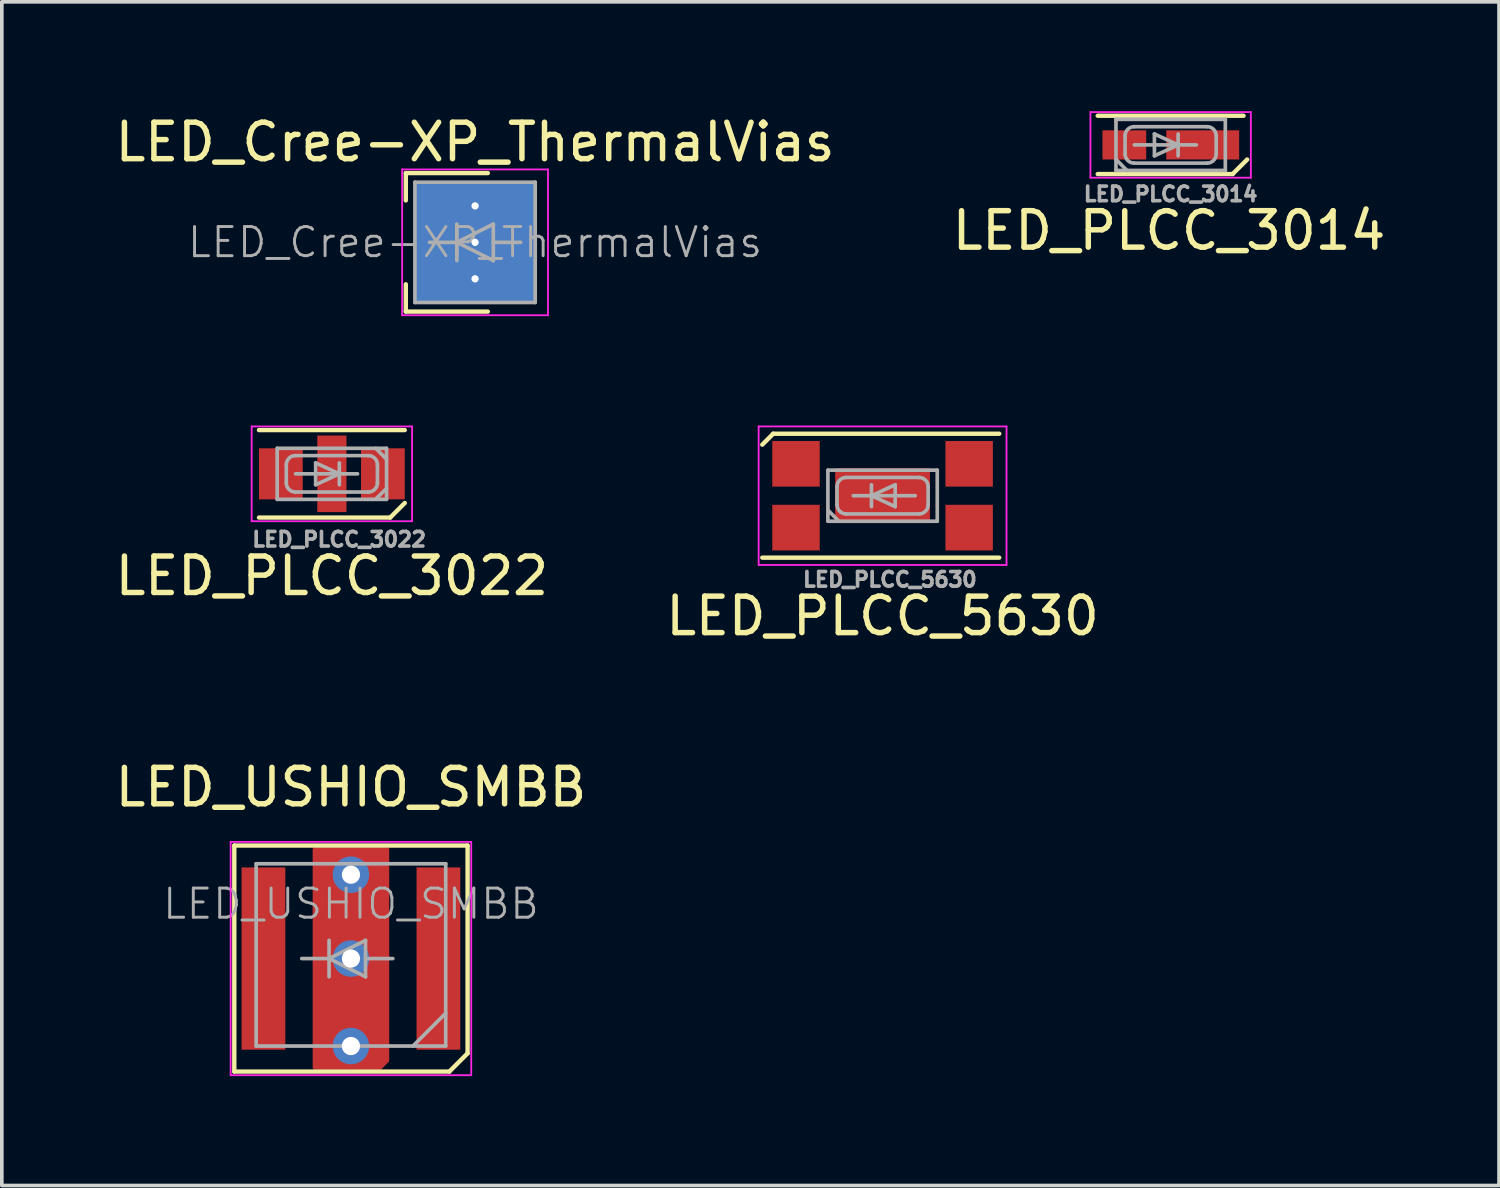
<source format=kicad_pcb>
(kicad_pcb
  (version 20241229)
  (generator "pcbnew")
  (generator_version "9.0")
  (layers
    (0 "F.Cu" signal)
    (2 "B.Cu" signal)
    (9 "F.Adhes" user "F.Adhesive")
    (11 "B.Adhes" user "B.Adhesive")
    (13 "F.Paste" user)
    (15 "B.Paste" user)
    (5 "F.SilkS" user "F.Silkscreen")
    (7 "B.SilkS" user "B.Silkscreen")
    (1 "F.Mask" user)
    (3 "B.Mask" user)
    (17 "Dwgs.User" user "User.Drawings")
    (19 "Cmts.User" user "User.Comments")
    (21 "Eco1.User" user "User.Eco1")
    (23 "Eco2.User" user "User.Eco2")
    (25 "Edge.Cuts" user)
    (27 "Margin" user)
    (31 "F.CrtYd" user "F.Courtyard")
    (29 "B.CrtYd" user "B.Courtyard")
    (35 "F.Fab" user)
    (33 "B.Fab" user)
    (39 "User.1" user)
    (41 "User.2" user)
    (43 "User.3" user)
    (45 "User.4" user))
  (footprint "LED_USHIO_SMBB"
    (layer "F.Cu")
    (at 6.577 23.245)
    (property "Reference" "LED_USHIO_SMBB" (at 0 -4.7 0) (layer "F.SilkS") (effects (font (size 1 1) (thickness 0.15))))
    (attr smd)
    (fp_line (start -3.2 3.1) (end -3.2 -3.1) (stroke (width 0.12) (type solid)) (layer "F.SilkS"))
    (fp_line (start 2.7 3.1) (end -3.2 3.1) (stroke (width 0.12) (type solid)) (layer "F.SilkS"))
    (fp_line (start 3.2 -3.1) (end -3.2 -3.1) (stroke (width 0.12) (type solid)) (layer "F.SilkS"))
    (fp_line (start 3.2 -3.1) (end 3.2 2.6) (stroke (width 0.12) (type solid)) (layer "F.SilkS"))
    (fp_line (start 3.2 2.6) (end 2.7 3.1) (stroke (width 0.12) (type solid)) (layer "F.SilkS"))
    (fp_line (start -3.3 -3.2) (end 3.3 -3.2) (stroke (width 0.05) (type solid)) (layer "F.CrtYd"))
    (fp_line (start -3.3 3.2) (end -3.3 -3.2) (stroke (width 0.05) (type solid)) (layer "F.CrtYd"))
    (fp_line (start 3.3 -3.2) (end 3.3 3.2) (stroke (width 0.05) (type solid)) (layer "F.CrtYd"))
    (fp_line (start 3.3 3.2) (end -3.3 3.2) (stroke (width 0.05) (type solid)) (layer "F.CrtYd"))
    (fp_line (start -2.6 -2.6) (end 2.6 -2.6) (stroke (width 0.1) (type solid)) (layer "F.Fab"))
    (fp_line (start -2.6 2.4) (end -2.6 -2.6) (stroke (width 0.1) (type solid)) (layer "F.Fab"))
    (fp_line (start -1.35 0) (end -0.6 0) (stroke (width 0.1) (type solid)) (layer "F.Fab"))
    (fp_line (start -0.6 -0.5) (end -0.6 0.5) (stroke (width 0.1) (type solid)) (layer "F.Fab"))
    (fp_line (start -0.6 0) (end 0.4 -0.5) (stroke (width 0.1) (type solid)) (layer "F.Fab"))
    (fp_line (start 0.4 -0.5) (end 0.4 0.5) (stroke (width 0.1) (type solid)) (layer "F.Fab"))
    (fp_line (start 0.4 0.5) (end -0.6 0) (stroke (width 0.1) (type solid)) (layer "F.Fab"))
    (fp_line (start 1.15 0) (end 0.4 0) (stroke (width 0.1) (type solid)) (layer "F.Fab"))
    (fp_line (start 2.6 -2.6) (end 2.6 2.4) (stroke (width 0.1) (type solid)) (layer "F.Fab"))
    (fp_line (start 2.6 1.5) (end 1.7 2.4) (stroke (width 0.1) (type solid)) (layer "F.Fab"))
    (fp_line (start 2.6 2.4) (end -2.6 2.4) (stroke (width 0.1) (type solid)) (layer "F.Fab"))
    (fp_text user "${REFERENCE}" (at 0 -1.5 0) (layer "F.Fab") (effects (font (size 0.8 0.8) (thickness 0.08))))
    (pad "1" smd rect (at -2.4 0) (size 1.2 5) (layers "F.Cu" "F.Mask" "F.Paste"))
    (pad "2" smd rect (at 2.4 0) (size 1.2 5) (layers "F.Cu" "F.Mask" "F.Paste"))
    (pad "3" thru_hole circle (at 0 -2.3) (size 1 1) (drill 0.5) (layers "*.Cu"))
    (pad "3" thru_hole circle (at 0 0) (size 1 1) (drill 0.5) (layers "*.Cu"))
    (pad "3" smd custom (at 0 0) (size 2 5) (layers "F.Cu" "F.Mask" "F.Paste") (options (anchor rect)) (primitives (gr_poly (pts (xy -1 -3) (xy 1 -3) (xy 1 2.8) (xy 0.8 3) (xy -1 3)) (width 0.1) (fill yes))))
    (pad "3" thru_hole circle (at 0 2.4) (size 1 1) (drill 0.5) (layers "*.Cu")))
  (footprint "LED_PLCC_5630"
    (layer "F.Cu")
    (at 21.161 10.548)
    (property "Reference" "LED_PLCC_5630" (at 0 3.3 0) (layer "F.SilkS") (effects (font (size 1 1) (thickness 0.15))))
    (attr smd)
    (fp_line (start -3.3 1.7) (end 3.2 1.7) (stroke (width 0.12) (type solid)) (layer "F.SilkS"))
    (fp_line (start -3 -1.7) (end -3.3 -1.4) (stroke (width 0.12) (type solid)) (layer "F.SilkS"))
    (fp_line (start -3 -1.7) (end 3.2 -1.7) (stroke (width 0.12) (type solid)) (layer "F.SilkS"))
    (fp_line (start -3.4 -1.9) (end 3.4 -1.9) (stroke (width 0.05) (type solid)) (layer "F.CrtYd"))
    (fp_line (start -3.4 1.9) (end -3.4 -1.9) (stroke (width 0.05) (type solid)) (layer "F.CrtYd"))
    (fp_line (start 3.4 -1.9) (end 3.4 1.9) (stroke (width 0.05) (type solid)) (layer "F.CrtYd"))
    (fp_line (start 3.4 1.9) (end -3.4 1.9) (stroke (width 0.05) (type solid)) (layer "F.CrtYd"))
    (fp_line (start -1.5 -0.7) (end 1.5 -0.7) (stroke (width 0.1) (type solid)) (layer "F.Fab"))
    (fp_line (start -1.5 0.7) (end -1.5 -0.7) (stroke (width 0.1) (type solid)) (layer "F.Fab"))
    (fp_line (start -1.5 0.7) (end 1.5 0.7) (stroke (width 0.1) (type solid)) (layer "F.Fab"))
    (fp_line (start -1.495 0.4) (end -1.2 0.7) (stroke (width 0.1) (type solid)) (layer "F.Fab"))
    (fp_line (start -1.25 -0.25) (end -1.25 0.25) (stroke (width 0.1) (type solid)) (layer "F.Fab"))
    (fp_line (start -1 -0.5) (end 1 -0.5) (stroke (width 0.1) (type solid)) (layer "F.Fab"))
    (fp_line (start -0.305 0) (end 0.345 -0.3) (stroke (width 0.1) (type solid)) (layer "F.Fab"))
    (fp_line (start -0.305 0.3) (end -0.305 -0.3) (stroke (width 0.1) (type solid)) (layer "F.Fab"))
    (fp_line (start 0.345 -0.3) (end 0.345 0.3) (stroke (width 0.1) (type solid)) (layer "F.Fab"))
    (fp_line (start 0.345 0.3) (end -0.305 0) (stroke (width 0.1) (type solid)) (layer "F.Fab"))
    (fp_line (start 0.895 0) (end -0.805 0) (stroke (width 0.1) (type solid)) (layer "F.Fab"))
    (fp_line (start 1 0.5) (end -1 0.5) (stroke (width 0.1) (type solid)) (layer "F.Fab"))
    (fp_line (start 1.25 -0.25) (end 1.25 0.25) (stroke (width 0.1) (type solid)) (layer "F.Fab"))
    (fp_line (start 1.5 -0.7) (end 1.5 0.7) (stroke (width 0.1) (type solid)) (layer "F.Fab"))
    (fp_arc (start -1.25 -0.25) (mid -1.176777 -0.426777) (end -1 -0.5) (stroke (width 0.1) (type solid)) (layer "F.Fab"))
    (fp_arc (start -1 0.5) (mid -1.176777 0.426777) (end -1.25 0.25) (stroke (width 0.1) (type solid)) (layer "F.Fab"))
    (fp_arc (start 1 -0.5) (mid 1.176777 -0.426777) (end 1.25 -0.25) (stroke (width 0.1) (type solid)) (layer "F.Fab"))
    (fp_arc (start 1.25 0.25) (mid 1.176777 0.426777) (end 1 0.5) (stroke (width 0.1) (type solid)) (layer "F.Fab"))
    (fp_text user "${REFERENCE}" (at 0.2 2.3 0) (layer "F.Fab") (effects (font (size 0.4 0.4) (thickness 0.1))))
    (pad "1" smd rect (at -2.375 0.875) (size 1.3 1.25) (layers "F.Cu" "F.Mask" "F.Paste"))
    (pad "2" smd rect (at 2.375 0.875) (size 1.3 1.25) (layers "F.Cu" "F.Mask" "F.Paste"))
    (pad "3" smd rect (at 2.375 -0.875) (size 1.3 1.25) (layers "F.Cu" "F.Mask" "F.Paste"))
    (pad "4" smd rect (at -2.375 -0.875) (size 1.3 1.25) (layers "F.Cu" "F.Mask" "F.Paste"))
    (pad "5" smd rect (at 0 0) (size 2.6 1.5) (layers "F.Cu" "F.Mask" "F.Paste")))
  (footprint "LED_PLCC_3014"
    (layer "F.Cu")
    (at 29.063 0.925)
    (property "Reference" "LED_PLCC_3014" (at -0.045 2.35 0) (layer "F.SilkS") (effects (font (size 1 1) (thickness 0.15))))
    (attr smd)
    (fp_line (start -2 -0.8) (end 2 -0.8) (stroke (width 0.12) (type solid)) (layer "F.SilkS"))
    (fp_line (start -2 0.8) (end 1.7 0.8) (stroke (width 0.12) (type solid)) (layer "F.SilkS"))
    (fp_line (start 1.7 0.8) (end 2.1 0.4) (stroke (width 0.12) (type solid)) (layer "F.SilkS"))
    (fp_line (start -2.2 -0.9) (end 2.2 -0.9) (stroke (width 0.05) (type solid)) (layer "F.CrtYd"))
    (fp_line (start -2.2 0.9) (end -2.2 -0.9) (stroke (width 0.05) (type solid)) (layer "F.CrtYd"))
    (fp_line (start 2.2 -0.9) (end 2.2 0.9) (stroke (width 0.05) (type solid)) (layer "F.CrtYd"))
    (fp_line (start 2.2 0.9) (end -2.2 0.9) (stroke (width 0.05) (type solid)) (layer "F.CrtYd"))
    (fp_line (start -1.5 -0.7) (end 1.5 -0.7) (stroke (width 0.1) (type solid)) (layer "F.Fab"))
    (fp_line (start -1.5 0.7) (end -1.5 -0.7) (stroke (width 0.1) (type solid)) (layer "F.Fab"))
    (fp_line (start -1.5 0.7) (end 1.5 0.7) (stroke (width 0.1) (type solid)) (layer "F.Fab"))
    (fp_line (start -1.495 0.4) (end -1.2 0.7) (stroke (width 0.1) (type solid)) (layer "F.Fab"))
    (fp_line (start -1.25 -0.25) (end -1.25 0.25) (stroke (width 0.1) (type solid)) (layer "F.Fab"))
    (fp_line (start -1 -0.5) (end 1 -0.5) (stroke (width 0.1) (type solid)) (layer "F.Fab"))
    (fp_line (start -0.995 0) (end 0.705 0) (stroke (width 0.1) (type solid)) (layer "F.Fab"))
    (fp_line (start -0.445 -0.3) (end 0.205 0) (stroke (width 0.1) (type solid)) (layer "F.Fab"))
    (fp_line (start -0.445 0.3) (end -0.445 -0.3) (stroke (width 0.1) (type solid)) (layer "F.Fab"))
    (fp_line (start 0.205 -0.3) (end 0.205 0.3) (stroke (width 0.1) (type solid)) (layer "F.Fab"))
    (fp_line (start 0.205 0) (end -0.445 0.3) (stroke (width 0.1) (type solid)) (layer "F.Fab"))
    (fp_line (start 1 0.5) (end -1 0.5) (stroke (width 0.1) (type solid)) (layer "F.Fab"))
    (fp_line (start 1.25 -0.25) (end 1.25 0.25) (stroke (width 0.1) (type solid)) (layer "F.Fab"))
    (fp_line (start 1.5 -0.7) (end 1.5 0.7) (stroke (width 0.1) (type solid)) (layer "F.Fab"))
    (fp_arc (start -1.25 -0.25) (mid -1.176777 -0.426777) (end -1 -0.5) (stroke (width 0.1) (type solid)) (layer "F.Fab"))
    (fp_arc (start -1 0.5) (mid -1.176777 0.426777) (end -1.25 0.25) (stroke (width 0.1) (type solid)) (layer "F.Fab"))
    (fp_arc (start 1 -0.5) (mid 1.176777 -0.426777) (end 1.25 -0.25) (stroke (width 0.1) (type solid)) (layer "F.Fab"))
    (fp_arc (start 1.25 0.25) (mid 1.176777 0.426777) (end 1 0.5) (stroke (width 0.1) (type solid)) (layer "F.Fab"))
    (fp_text user "${REFERENCE}" (at 0 1.35 0) (layer "F.Fab") (effects (font (size 0.4 0.4) (thickness 0.1))))
    (pad "1" smd rect (at 0.88 0) (size 2 0.8) (layers "F.Cu" "F.Mask" "F.Paste"))
    (pad "2" smd rect (at -1.27 0) (size 1.2 0.8) (layers "F.Cu" "F.Mask" "F.Paste")))
  (footprint "LED_PLCC_3022"
    (layer "F.Cu")
    (at 6.054 9.948)
    (property "Reference" "LED_PLCC_3022" (at 0 2.8 0) (layer "F.SilkS") (effects (font (size 1 1) (thickness 0.15))))
    (attr smd)
    (fp_line (start -2 -1.2) (end 2 -1.2) (stroke (width 0.12) (type solid)) (layer "F.SilkS"))
    (fp_line (start -2 1.2) (end 1.6 1.2) (stroke (width 0.12) (type solid)) (layer "F.SilkS"))
    (fp_line (start 1.6 1.2) (end 2 0.8) (stroke (width 0.12) (type solid)) (layer "F.SilkS"))
    (fp_line (start -2.2 -1.3) (end 2.2 -1.3) (stroke (width 0.05) (type solid)) (layer "F.CrtYd"))
    (fp_line (start -2.2 1.3) (end -2.2 -1.3) (stroke (width 0.05) (type solid)) (layer "F.CrtYd"))
    (fp_line (start 2.2 -1.3) (end 2.2 1.3) (stroke (width 0.05) (type solid)) (layer "F.CrtYd"))
    (fp_line (start 2.2 1.3) (end -2.2 1.3) (stroke (width 0.05) (type solid)) (layer "F.CrtYd"))
    (fp_line (start -1.5 -0.7) (end 1.5 -0.7) (stroke (width 0.1) (type solid)) (layer "F.Fab"))
    (fp_line (start -1.5 0.7) (end -1.5 -0.7) (stroke (width 0.1) (type solid)) (layer "F.Fab"))
    (fp_line (start -1.5 0.7) (end 1.5 0.7) (stroke (width 0.1) (type solid)) (layer "F.Fab"))
    (fp_line (start -1.25 -0.25) (end -1.25 0.25) (stroke (width 0.1) (type solid)) (layer "F.Fab"))
    (fp_line (start -1 -0.5) (end 1 -0.5) (stroke (width 0.1) (type solid)) (layer "F.Fab"))
    (fp_line (start -0.995 0) (end 0.705 0) (stroke (width 0.1) (type solid)) (layer "F.Fab"))
    (fp_line (start -0.445 -0.3) (end 0.205 0) (stroke (width 0.1) (type solid)) (layer "F.Fab"))
    (fp_line (start -0.445 0.3) (end -0.445 -0.3) (stroke (width 0.1) (type solid)) (layer "F.Fab"))
    (fp_line (start 0.205 -0.3) (end 0.205 0.3) (stroke (width 0.1) (type solid)) (layer "F.Fab"))
    (fp_line (start 0.205 0) (end -0.445 0.3) (stroke (width 0.1) (type solid)) (layer "F.Fab"))
    (fp_line (start 1 0.5) (end -1 0.5) (stroke (width 0.1) (type solid)) (layer "F.Fab"))
    (fp_line (start 1.2 0.695) (end 1.5 0.4) (stroke (width 0.1) (type solid)) (layer "F.Fab"))
    (fp_line (start 1.205 -0.7) (end 1.5 -0.4) (stroke (width 0.1) (type solid)) (layer "F.Fab"))
    (fp_line (start 1.25 -0.25) (end 1.25 0.25) (stroke (width 0.1) (type solid)) (layer "F.Fab"))
    (fp_line (start 1.5 -0.7) (end 1.5 0.7) (stroke (width 0.1) (type solid)) (layer "F.Fab"))
    (fp_arc (start -1.25 -0.25) (mid -1.176777 -0.426777) (end -1 -0.5) (stroke (width 0.1) (type solid)) (layer "F.Fab"))
    (fp_arc (start -1 0.5) (mid -1.176777 0.426777) (end -1.25 0.25) (stroke (width 0.1) (type solid)) (layer "F.Fab"))
    (fp_arc (start 1 -0.5) (mid 1.176777 -0.426777) (end 1.25 -0.25) (stroke (width 0.1) (type solid)) (layer "F.Fab"))
    (fp_arc (start 1.25 0.25) (mid 1.176777 0.426777) (end 1 0.5) (stroke (width 0.1) (type solid)) (layer "F.Fab"))
    (fp_text user "${REFERENCE}" (at 0.2 1.8 0) (layer "F.Fab") (effects (font (size 0.4 0.4) (thickness 0.1))))
    (pad "1" smd rect (at 1.4 0) (size 1.2 1.4) (layers "F.Cu" "F.Mask" "F.Paste"))
    (pad "2" smd rect (at -1.4 0) (size 1.2 1.4) (layers "F.Cu" "F.Mask" "F.Paste"))
    (pad "3" smd rect (at 0 0) (size 0.8 2.1) (layers "F.Cu" "F.Mask" "F.Paste")))
  (footprint "LED_Cree-XP_ThermalVias"
    (layer "F.Cu")
    (at 9.982 3.598)
    (property "Reference" "LED_Cree-XP_ThermalVias" (at 0 -2.75 0) (layer "F.SilkS") (effects (font (size 1 1) (thickness 0.15))))
    (attr smd)
    (fp_line (start -1.9 -1.9) (end -1.9 -1.15) (stroke (width 0.12) (type solid)) (layer "F.SilkS"))
    (fp_line (start -1.9 1.9) (end -1.9 1.15) (stroke (width 0.12) (type solid)) (layer "F.SilkS"))
    (fp_line (start 0.35 -1.9) (end -1.9 -1.9) (stroke (width 0.12) (type solid)) (layer "F.SilkS"))
    (fp_line (start 0.35 1.9) (end -1.9 1.9) (stroke (width 0.12) (type solid)) (layer "F.SilkS"))
    (fp_line (start -2 -2) (end 2 -2) (stroke (width 0.05) (type solid)) (layer "F.CrtYd"))
    (fp_line (start -2 2) (end -2 -2) (stroke (width 0.05) (type solid)) (layer "F.CrtYd"))
    (fp_line (start 2 -2) (end 2 2) (stroke (width 0.05) (type solid)) (layer "F.CrtYd"))
    (fp_line (start 2 2) (end -2 2) (stroke (width 0.05) (type solid)) (layer "F.CrtYd"))
    (fp_line (start -1.65 -1.65) (end 1.65 -1.65) (stroke (width 0.1) (type solid)) (layer "F.Fab"))
    (fp_line (start -1.65 1.65) (end -1.65 -1.65) (stroke (width 0.1) (type solid)) (layer "F.Fab"))
    (fp_line (start -1.25 0) (end -0.5 0) (stroke (width 0.1) (type solid)) (layer "F.Fab"))
    (fp_line (start -0.5 -0.5) (end -0.5 0.5) (stroke (width 0.1) (type solid)) (layer "F.Fab"))
    (fp_line (start -0.5 0) (end 0.5 -0.5) (stroke (width 0.1) (type solid)) (layer "F.Fab"))
    (fp_line (start 0.5 -0.5) (end 0.5 0.5) (stroke (width 0.1) (type solid)) (layer "F.Fab"))
    (fp_line (start 0.5 0.5) (end -0.5 0) (stroke (width 0.1) (type solid)) (layer "F.Fab"))
    (fp_line (start 1.25 0) (end 0.5 0) (stroke (width 0.1) (type solid)) (layer "F.Fab"))
    (fp_line (start 1.65 -1.65) (end 1.65 1.65) (stroke (width 0.1) (type solid)) (layer "F.Fab"))
    (fp_line (start 1.65 1.65) (end -1.65 1.65) (stroke (width 0.1) (type solid)) (layer "F.Fab"))
    (fp_text user "${REFERENCE}" (at 0 0 0) (layer "F.Fab") (effects (font (size 0.8 0.8) (thickness 0.08))))
    (pad "" smd rect (at 0 -1) (size 1.01 0.75) (layers "F.Paste"))
    (pad "" smd rect (at 0 0) (size 1.01 0.75) (layers "F.Paste"))
    (pad "" smd rect (at 0 1) (size 1.01 0.75) (layers "F.Paste"))
    (pad "1" smd rect (at -1.4 0) (size 0.5 3.3) (layers "F.Cu" "F.Mask" "F.Paste"))
    (pad "2" smd rect (at 1.4 0) (size 0.5 3.3) (layers "F.Cu" "F.Mask" "F.Paste"))
    (pad "3" thru_hole circle (at 0 -1 90) (size 0.7 0.7) (drill 0.2) (layers "*.Cu"))
    (pad "3" thru_hole circle (at 0 0 90) (size 0.7 0.7) (drill 0.2) (layers "*.Cu"))
    (pad "3" smd rect (at 0 0) (size 1.3 3.3) (layers "F.Cu" "F.Mask"))
    (pad "3" smd rect (at 0 0) (size 3.3 3.3) (layers "B.Cu"))
    (pad "3" thru_hole circle (at 0 1 90) (size 0.7 0.7) (drill 0.2) (layers "*.Cu")))
  (gr_rect
    (start -3 -3)
    (end 38.071 29.47)
    (stroke (width 0.1) (type default))
    (fill no)
    (layer "Edge.Cuts")))
</source>
